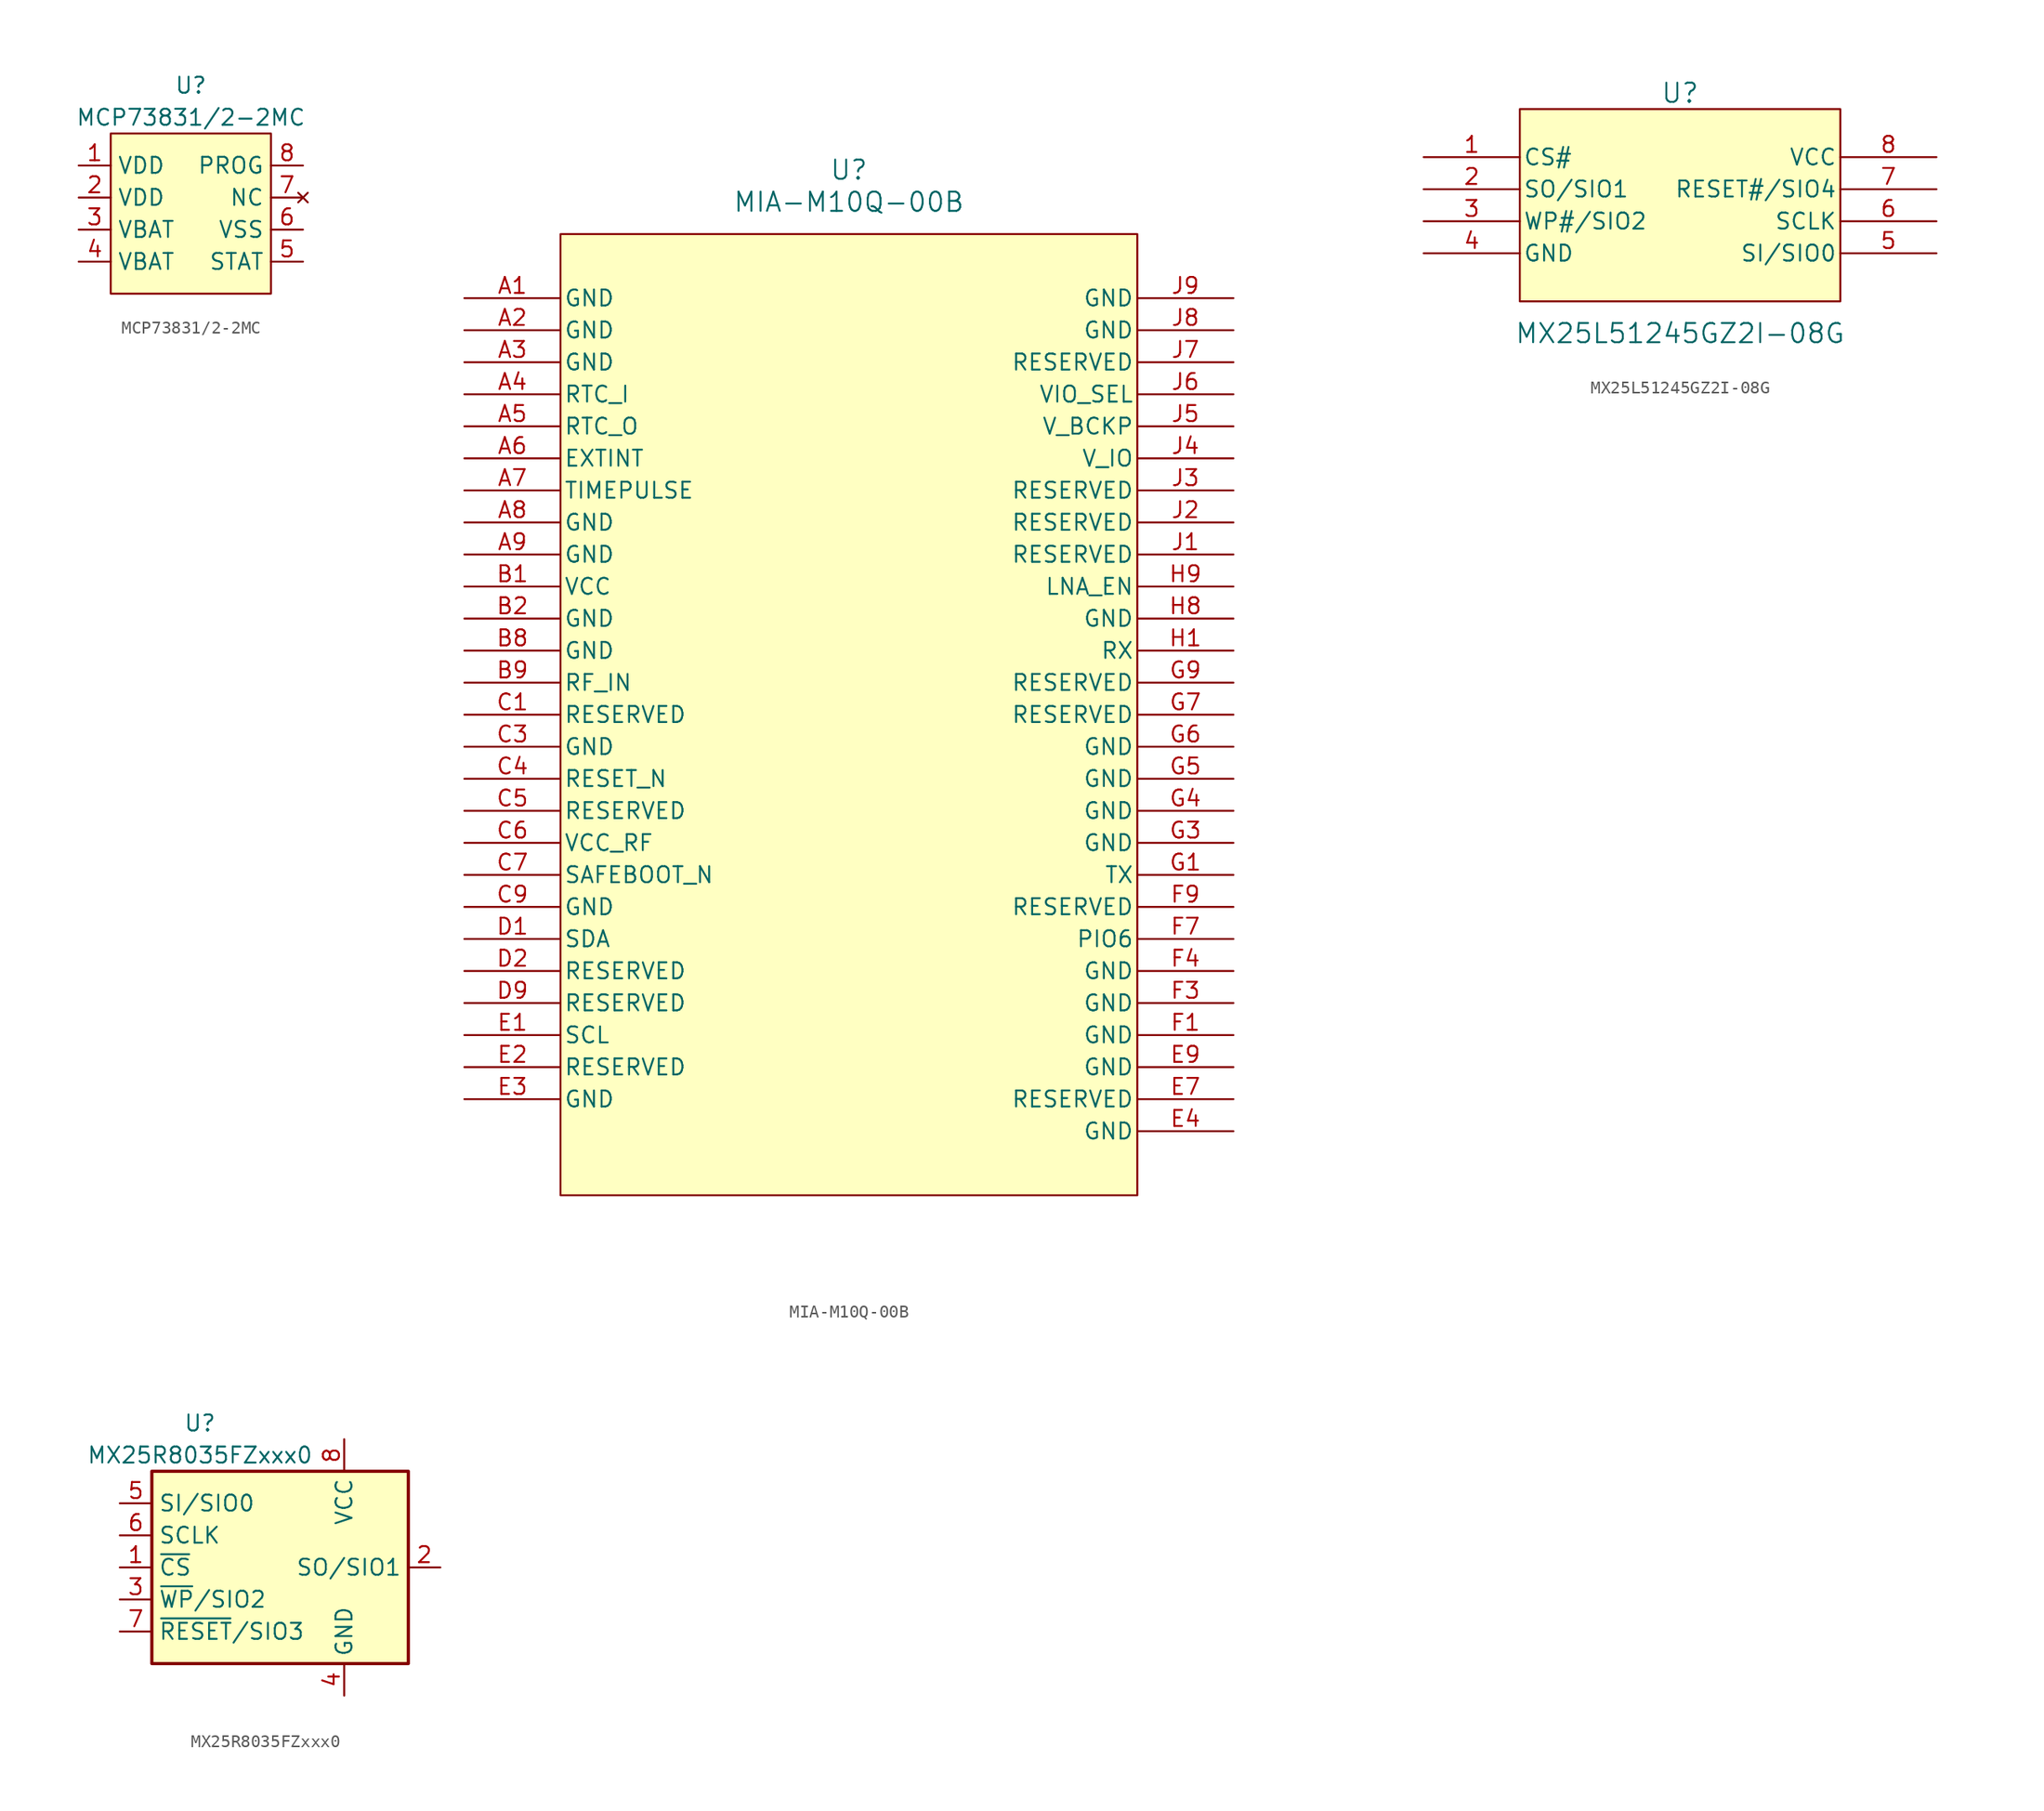
<source format=kicad_sym>
(kicad_symbol_lib
  (version 20220914)
  (generator kicad_symbol_editor)
  (symbol "MCP73831/2-2MC"
    (property "Reference" "U"
      (at 0 12.7 0)
      (effects (font (size 1.27 1.27))))
    (property "Value" "MCP73831/2-2MC"
      (at 0 10.16 0)
      (effects (font (size 1.27 1.27))))
    (symbol "MCP73831/2-2MC_1_1"
      (rectangle (start -6.35 8.89) (end 6.35 -3.81) (stroke (width 0) (type default)) (fill (type background)))
      (pin power_in line (at -8.89 6.35 0) (length 2.54) (name "VDD" (effects (font (size 1.27 1.27)))) (number "1" (effects (font (size 1.27 1.27)))))
      (pin power_in line (at -8.89 3.81 0) (length 2.54) (name "VDD" (effects (font (size 1.27 1.27)))) (number "2" (effects (font (size 1.27 1.27)))))
      (pin power_out line (at -8.89 1.27 0) (length 2.54) (name "VBAT" (effects (font (size 1.27 1.27)))) (number "3" (effects (font (size 1.27 1.27)))))
      (pin passive line (at -8.89 -1.27 0) (length 2.54) (name "VBAT" (effects (font (size 1.27 1.27)))) (number "4" (effects (font (size 1.27 1.27)))))
      (pin output line (at 8.89 -1.27 180) (length 2.54) (name "STAT" (effects (font (size 1.27 1.27)))) (number "5" (effects (font (size 1.27 1.27)))))
      (pin passive line (at 8.89 1.27 180) (length 2.54) (name "VSS" (effects (font (size 1.27 1.27)))) (number "6" (effects (font (size 1.27 1.27)))))
      (pin no_connect line (at 8.89 3.81 180) (length 2.54) (name "NC" (effects (font (size 1.27 1.27)))) (number "7" (effects (font (size 1.27 1.27)))))
      (pin input line (at 8.89 6.35 180) (length 2.54) (name "PROG" (effects (font (size 1.27 1.27)))) (number "8" (effects (font (size 1.27 1.27)))))))
  (symbol "MIA-M10Q-00B"
    (pin_names
      (offset 0.254))
    (property "Reference" "U"
      (at 30.48 10.16 0)
      (effects (font (size 1.524 1.524))))
    (property "Value" "MIA-M10Q-00B"
      (at 30.48 7.62 0)
      (effects (font (size 1.524 1.524))))
    (symbol "MIA-M10Q-00B_0_1"
      (pin unspecified line (at 0 -7.62 0) (length 7.62) (name "RTC_I" (effects (font (size 1.27 1.27)))) (number "A4" (effects (font (size 1.27 1.27)))))
      (pin unspecified line (at 0 -10.16 0) (length 7.62) (name "RTC_O" (effects (font (size 1.27 1.27)))) (number "A5" (effects (font (size 1.27 1.27)))))
      (pin unspecified line (at 0 -15.24 0) (length 7.62) (name "TIMEPULSE" (effects (font (size 1.27 1.27)))) (number "A7" (effects (font (size 1.27 1.27)))))
      (pin power_in line (at 0 -22.86 0) (length 7.62) (name "VCC" (effects (font (size 1.27 1.27)))) (number "B1" (effects (font (size 1.27 1.27)))))
      (pin unspecified line (at 0 -30.48 0) (length 7.62) (name "RF_IN" (effects (font (size 1.27 1.27)))) (number "B9" (effects (font (size 1.27 1.27)))))
      (pin unspecified line (at 0 -33.02 0) (length 7.62) (name "RESERVED" (effects (font (size 1.27 1.27)))) (number "C1" (effects (font (size 1.27 1.27)))))
      (pin unspecified line (at 0 -38.1 0) (length 7.62) (name "RESET_N" (effects (font (size 1.27 1.27)))) (number "C4" (effects (font (size 1.27 1.27)))))
      (pin unspecified line (at 0 -40.64 0) (length 7.62) (name "RESERVED" (effects (font (size 1.27 1.27)))) (number "C5" (effects (font (size 1.27 1.27)))))
      (pin power_in line (at 0 -43.18 0) (length 7.62) (name "VCC_RF" (effects (font (size 1.27 1.27)))) (number "C6" (effects (font (size 1.27 1.27)))))
      (pin unspecified line (at 0 -45.72 0) (length 7.62) (name "SAFEBOOT_N" (effects (font (size 1.27 1.27)))) (number "C7" (effects (font (size 1.27 1.27)))))
      (pin unspecified line (at 0 -53.34 0) (length 7.62) (name "RESERVED" (effects (font (size 1.27 1.27)))) (number "D2" (effects (font (size 1.27 1.27)))))
      (pin unspecified line (at 0 -55.88 0) (length 7.62) (name "RESERVED" (effects (font (size 1.27 1.27)))) (number "D9" (effects (font (size 1.27 1.27)))))
      (pin unspecified line (at 0 -60.96 0) (length 7.62) (name "RESERVED" (effects (font (size 1.27 1.27)))) (number "E2" (effects (font (size 1.27 1.27)))))
      (pin unspecified line (at 60.96 -63.5 180) (length 7.62) (name "RESERVED" (effects (font (size 1.27 1.27)))) (number "E7" (effects (font (size 1.27 1.27)))))
      (pin unspecified line (at 60.96 -50.8 180) (length 7.62) (name "PIO6" (effects (font (size 1.27 1.27)))) (number "F7" (effects (font (size 1.27 1.27)))))
      (pin unspecified line (at 60.96 -48.26 180) (length 7.62) (name "RESERVED" (effects (font (size 1.27 1.27)))) (number "F9" (effects (font (size 1.27 1.27)))))
      (pin unspecified line (at 60.96 -45.72 180) (length 7.62) (name "TX" (effects (font (size 1.27 1.27)))) (number "G1" (effects (font (size 1.27 1.27)))))
      (pin unspecified line (at 60.96 -33.02 180) (length 7.62) (name "RESERVED" (effects (font (size 1.27 1.27)))) (number "G7" (effects (font (size 1.27 1.27)))))
      (pin unspecified line (at 60.96 -30.48 180) (length 7.62) (name "RESERVED" (effects (font (size 1.27 1.27)))) (number "G9" (effects (font (size 1.27 1.27)))))
      (pin unspecified line (at 60.96 -27.94 180) (length 7.62) (name "RX" (effects (font (size 1.27 1.27)))) (number "H1" (effects (font (size 1.27 1.27)))))
      (pin unspecified line (at 60.96 -22.86 180) (length 7.62) (name "LNA_EN" (effects (font (size 1.27 1.27)))) (number "H9" (effects (font (size 1.27 1.27)))))
      (pin unspecified line (at 60.96 -20.32 180) (length 7.62) (name "RESERVED" (effects (font (size 1.27 1.27)))) (number "J1" (effects (font (size 1.27 1.27)))))
      (pin unspecified line (at 60.96 -17.78 180) (length 7.62) (name "RESERVED" (effects (font (size 1.27 1.27)))) (number "J2" (effects (font (size 1.27 1.27)))))
      (pin unspecified line (at 60.96 -15.24 180) (length 7.62) (name "RESERVED" (effects (font (size 1.27 1.27)))) (number "J3" (effects (font (size 1.27 1.27)))))
      (pin unspecified line (at 60.96 -12.7 180) (length 7.62) (name "V_IO" (effects (font (size 1.27 1.27)))) (number "J4" (effects (font (size 1.27 1.27)))))
      (pin unspecified line (at 60.96 -10.16 180) (length 7.62) (name "V_BCKP" (effects (font (size 1.27 1.27)))) (number "J5" (effects (font (size 1.27 1.27)))))
      (pin unspecified line (at 60.96 -7.62 180) (length 7.62) (name "VIO_SEL" (effects (font (size 1.27 1.27)))) (number "J6" (effects (font (size 1.27 1.27)))))
      (pin unspecified line (at 60.96 -5.08 180) (length 7.62) (name "RESERVED" (effects (font (size 1.27 1.27)))) (number "J7" (effects (font (size 1.27 1.27))))))
    (symbol "MIA-M10Q-00B_1_1"
      (rectangle (start 7.62 5.08) (end 53.34 -71.12) (stroke (width 0) (type default)) (fill (type background)))
      (pin passive line (at 0 0 0) (length 7.62) (name "GND" (effects (font (size 1.27 1.27)))) (number "A1" (effects (font (size 1.27 1.27)))))
      (pin passive line (at 0 -2.54 0) (length 7.62) (name "GND" (effects (font (size 1.27 1.27)))) (number "A2" (effects (font (size 1.27 1.27)))))
      (pin passive line (at 0 -5.08 0) (length 7.62) (name "GND" (effects (font (size 1.27 1.27)))) (number "A3" (effects (font (size 1.27 1.27)))))
      (pin input line (at 0 -12.7 0) (length 7.62) (name "EXTINT" (effects (font (size 1.27 1.27)))) (number "A6" (effects (font (size 1.27 1.27)))))
      (pin passive line (at 0 -17.78 0) (length 7.62) (name "GND" (effects (font (size 1.27 1.27)))) (number "A8" (effects (font (size 1.27 1.27)))))
      (pin passive line (at 0 -20.32 0) (length 7.62) (name "GND" (effects (font (size 1.27 1.27)))) (number "A9" (effects (font (size 1.27 1.27)))))
      (pin passive line (at 0 -25.4 0) (length 7.62) (name "GND" (effects (font (size 1.27 1.27)))) (number "B2" (effects (font (size 1.27 1.27)))))
      (pin passive line (at 0 -27.94 0) (length 7.62) (name "GND" (effects (font (size 1.27 1.27)))) (number "B8" (effects (font (size 1.27 1.27)))))
      (pin passive line (at 0 -35.56 0) (length 7.62) (name "GND" (effects (font (size 1.27 1.27)))) (number "C3" (effects (font (size 1.27 1.27)))))
      (pin passive line (at 0 -48.26 0) (length 7.62) (name "GND" (effects (font (size 1.27 1.27)))) (number "C9" (effects (font (size 1.27 1.27)))))
      (pin bidirectional line (at 0 -50.8 0) (length 7.62) (name "SDA" (effects (font (size 1.27 1.27)))) (number "D1" (effects (font (size 1.27 1.27)))))
      (pin input line (at 0 -58.42 0) (length 7.62) (name "SCL" (effects (font (size 1.27 1.27)))) (number "E1" (effects (font (size 1.27 1.27)))))
      (pin passive line (at 0 -63.5 0) (length 7.62) (name "GND" (effects (font (size 1.27 1.27)))) (number "E3" (effects (font (size 1.27 1.27)))))
      (pin passive line (at 60.96 -66.04 180) (length 7.62) (name "GND" (effects (font (size 1.27 1.27)))) (number "E4" (effects (font (size 1.27 1.27)))))
      (pin passive line (at 60.96 -60.96 180) (length 7.62) (name "GND" (effects (font (size 1.27 1.27)))) (number "E9" (effects (font (size 1.27 1.27)))))
      (pin passive line (at 60.96 -58.42 180) (length 7.62) (name "GND" (effects (font (size 1.27 1.27)))) (number "F1" (effects (font (size 1.27 1.27)))))
      (pin passive line (at 60.96 -55.88 180) (length 7.62) (name "GND" (effects (font (size 1.27 1.27)))) (number "F3" (effects (font (size 1.27 1.27)))))
      (pin passive line (at 60.96 -53.34 180) (length 7.62) (name "GND" (effects (font (size 1.27 1.27)))) (number "F4" (effects (font (size 1.27 1.27)))))
      (pin passive line (at 60.96 -43.18 180) (length 7.62) (name "GND" (effects (font (size 1.27 1.27)))) (number "G3" (effects (font (size 1.27 1.27)))))
      (pin passive line (at 60.96 -40.64 180) (length 7.62) (name "GND" (effects (font (size 1.27 1.27)))) (number "G4" (effects (font (size 1.27 1.27)))))
      (pin passive line (at 60.96 -38.1 180) (length 7.62) (name "GND" (effects (font (size 1.27 1.27)))) (number "G5" (effects (font (size 1.27 1.27)))))
      (pin passive line (at 60.96 -35.56 180) (length 7.62) (name "GND" (effects (font (size 1.27 1.27)))) (number "G6" (effects (font (size 1.27 1.27)))))
      (pin passive line (at 60.96 -25.4 180) (length 7.62) (name "GND" (effects (font (size 1.27 1.27)))) (number "H8" (effects (font (size 1.27 1.27)))))
      (pin passive line (at 60.96 -2.54 180) (length 7.62) (name "GND" (effects (font (size 1.27 1.27)))) (number "J8" (effects (font (size 1.27 1.27)))))
      (pin passive line (at 60.96 0 180) (length 7.62) (name "GND" (effects (font (size 1.27 1.27)))) (number "J9" (effects (font (size 1.27 1.27)))))))
  (symbol "MX25L51245GZ2I-08G"
    (pin_names
      (offset 0.254))
    (property "Reference" "U"
      (at 0 8.89 0)
      (effects (font (size 1.524 1.524))))
    (property "Value" "MX25L51245GZ2I-08G"
      (at 0 -10.16 0)
      (effects (font (size 1.524 1.524))))
    (symbol "MX25L51245GZ2I-08G_0_1"
      (pin input line (at -20.32 3.81 0) (length 7.62) (name "CS#" (effects (font (size 1.27 1.27)))) (number "1" (effects (font (size 1.27 1.27)))))
      (pin bidirectional line (at -20.32 1.27 0) (length 7.62) (name "SO/SIO1" (effects (font (size 1.27 1.27)))) (number "2" (effects (font (size 1.27 1.27)))))
      (pin bidirectional line (at -20.32 -1.27 0) (length 7.62) (name "WP#/SIO2" (effects (font (size 1.27 1.27)))) (number "3" (effects (font (size 1.27 1.27)))))
      (pin power_out line (at -20.32 -3.81 0) (length 7.62) (name "GND" (effects (font (size 1.27 1.27)))) (number "4" (effects (font (size 1.27 1.27)))))
      (pin bidirectional line (at 20.32 -3.81 180) (length 7.62) (name "SI/SIO0" (effects (font (size 1.27 1.27)))) (number "5" (effects (font (size 1.27 1.27)))))
      (pin input line (at 20.32 -1.27 180) (length 7.62) (name "SCLK" (effects (font (size 1.27 1.27)))) (number "6" (effects (font (size 1.27 1.27)))))
      (pin bidirectional line (at 20.32 1.27 180) (length 7.62) (name "RESET#/SIO4" (effects (font (size 1.27 1.27)))) (number "7" (effects (font (size 1.27 1.27)))))
      (pin power_in line (at 20.32 3.81 180) (length 7.62) (name "VCC" (effects (font (size 1.27 1.27)))) (number "8" (effects (font (size 1.27 1.27))))))
    (symbol "MX25L51245GZ2I-08G_1_1"
      (rectangle (start -12.7 7.62) (end 12.7 -7.62) (stroke (width 0) (type default)) (fill (type background)))))
  (symbol "MX25R8035FZxxx0"
    (property "Reference" "U"
      (at -6.35 11.43 0)
      (effects (font (size 1.27 1.27))))
    (property "Value" "MX25R8035FZxxx0"
      (at -6.35 8.89 0)
      (effects (font (size 1.27 1.27))))
    (symbol "MX25R8035FZxxx0_1_1"
      (rectangle (start -10.16 7.62) (end 10.16 -7.62) (stroke (width 0.254) (type solid)) (fill (type background)))
      (pin input line (at -12.7 0 0) (length 2.54) (name "~{CS}" (effects (font (size 1.27 1.27)))) (number "1" (effects (font (size 1.27 1.27)))))
      (pin bidirectional line (at 12.7 0 180) (length 2.54) (name "SO/SIO1" (effects (font (size 1.27 1.27)))) (number "2" (effects (font (size 1.27 1.27)))))
      (pin bidirectional line (at -12.7 -2.54 0) (length 2.54) (name "~{WP}/SIO2" (effects (font (size 1.27 1.27)))) (number "3" (effects (font (size 1.27 1.27)))))
      (pin power_in line (at 5.08 -10.16 90) (length 2.54) (name "GND" (effects (font (size 1.27 1.27)))) (number "4" (effects (font (size 1.27 1.27)))))
      (pin bidirectional line (at -12.7 5.08 0) (length 2.54) (name "SI/SIO0" (effects (font (size 1.27 1.27)))) (number "5" (effects (font (size 1.27 1.27)))))
      (pin input line (at -12.7 2.54 0) (length 2.54) (name "SCLK" (effects (font (size 1.27 1.27)))) (number "6" (effects (font (size 1.27 1.27)))))
      (pin bidirectional line (at -12.7 -5.08 0) (length 2.54) (name "~{RESET}/SIO3" (effects (font (size 1.27 1.27)))) (number "7" (effects (font (size 1.27 1.27)))))
      (pin power_in line (at 5.08 10.16 270) (length 2.54) (name "VCC" (effects (font (size 1.27 1.27)))) (number "8" (effects (font (size 1.27 1.27)))))
      (pin passive line (at 5.08 -10.16 90) (length 2.54) hide (name "GND" (effects (font (size 1.27 1.27)))) (number "EP" (effects (font (size 1.27 1.27))))))))
</source>
